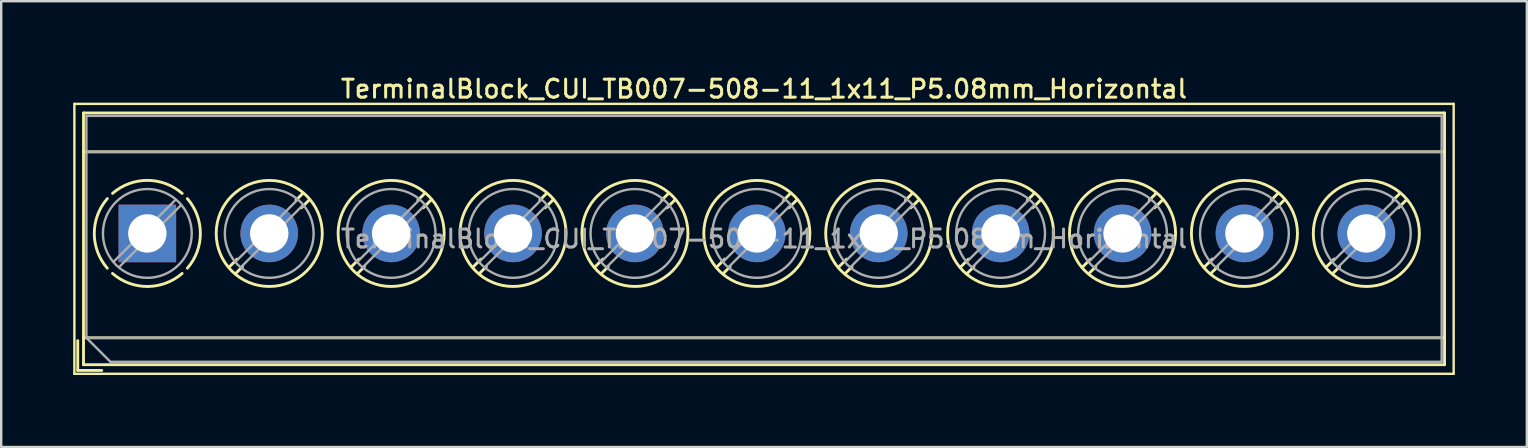
<source format=kicad_pcb>
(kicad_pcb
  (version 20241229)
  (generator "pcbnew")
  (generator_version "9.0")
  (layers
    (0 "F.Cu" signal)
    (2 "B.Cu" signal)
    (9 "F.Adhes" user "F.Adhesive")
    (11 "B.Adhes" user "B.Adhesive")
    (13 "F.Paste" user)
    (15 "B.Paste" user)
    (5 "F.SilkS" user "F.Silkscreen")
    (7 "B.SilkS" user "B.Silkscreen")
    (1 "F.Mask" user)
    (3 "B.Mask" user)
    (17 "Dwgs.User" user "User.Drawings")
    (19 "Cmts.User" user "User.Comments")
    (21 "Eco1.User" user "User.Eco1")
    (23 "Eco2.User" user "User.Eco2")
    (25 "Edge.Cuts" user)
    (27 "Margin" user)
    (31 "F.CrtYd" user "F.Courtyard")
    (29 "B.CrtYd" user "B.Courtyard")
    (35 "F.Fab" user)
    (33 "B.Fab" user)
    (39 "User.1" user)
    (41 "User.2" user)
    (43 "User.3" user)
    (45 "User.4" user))
  (footprint "TerminalBlock_CUI_TB007-508-11_1x11_P5.08mm_Horizontal"
    (layer "F.Cu")
    (at 3.09 6.678)
    (property "Reference" "TerminalBlock_CUI_TB007-508-11_1x11_P5.08mm_Horizontal" (at 25.7 -6.02 0) (layer "F.SilkS") (effects (font (size 0.75 0.75) (thickness 0.125))))
    (attr through_hole)
    (fp_line (start -3.04 -5.4) (end -3.04 5.85) (stroke (width 0.1) (type solid)) (layer "F.SilkS"))
    (fp_line (start -3.04 5.85) (end 54.44 5.85) (stroke (width 0.1) (type solid)) (layer "F.SilkS"))
    (fp_line (start -2.9 4.47) (end -2.9 5.71) (stroke (width 0.12) (type solid)) (layer "F.SilkS"))
    (fp_line (start -2.9 5.71) (end -1.9 5.71) (stroke (width 0.12) (type solid)) (layer "F.SilkS"))
    (fp_line (start -2.66 -5.02) (end -2.66 5.47) (stroke (width 0.12) (type solid)) (layer "F.SilkS"))
    (fp_line (start -2.66 -5.02) (end 54.06 -5.02) (stroke (width 0.12) (type solid)) (layer "F.SilkS"))
    (fp_line (start -2.66 -3.401) (end 54.06 -3.401) (stroke (width 0.12) (type solid)) (layer "F.SilkS"))
    (fp_line (start -2.66 4.35) (end 54.06 4.35) (stroke (width 0.12) (type solid)) (layer "F.SilkS"))
    (fp_line (start -2.66 5.47) (end 54.06 5.47) (stroke (width 0.12) (type solid)) (layer "F.SilkS"))
    (fp_line (start 3.743 1.068) (end 3.404 1.407) (stroke (width 0.12) (type solid)) (layer "F.SilkS"))
    (fp_line (start 3.967 1.384) (end 3.674 1.676) (stroke (width 0.12) (type solid)) (layer "F.SilkS"))
    (fp_line (start 6.487 -1.676) (end 6.194 -1.384) (stroke (width 0.12) (type solid)) (layer "F.SilkS"))
    (fp_line (start 6.757 -1.407) (end 6.418 -1.068) (stroke (width 0.12) (type solid)) (layer "F.SilkS"))
    (fp_line (start 8.823 1.068) (end 8.484 1.407) (stroke (width 0.12) (type solid)) (layer "F.SilkS"))
    (fp_line (start 9.047 1.384) (end 8.754 1.676) (stroke (width 0.12) (type solid)) (layer "F.SilkS"))
    (fp_line (start 11.567 -1.676) (end 11.274 -1.384) (stroke (width 0.12) (type solid)) (layer "F.SilkS"))
    (fp_line (start 11.837 -1.407) (end 11.498 -1.068) (stroke (width 0.12) (type solid)) (layer "F.SilkS"))
    (fp_line (start 13.903 1.068) (end 13.564 1.407) (stroke (width 0.12) (type solid)) (layer "F.SilkS"))
    (fp_line (start 14.127 1.384) (end 13.834 1.676) (stroke (width 0.12) (type solid)) (layer "F.SilkS"))
    (fp_line (start 16.647 -1.676) (end 16.354 -1.384) (stroke (width 0.12) (type solid)) (layer "F.SilkS"))
    (fp_line (start 16.917 -1.407) (end 16.578 -1.068) (stroke (width 0.12) (type solid)) (layer "F.SilkS"))
    (fp_line (start 18.983 1.068) (end 18.644 1.407) (stroke (width 0.12) (type solid)) (layer "F.SilkS"))
    (fp_line (start 19.207 1.384) (end 18.914 1.676) (stroke (width 0.12) (type solid)) (layer "F.SilkS"))
    (fp_line (start 21.727 -1.676) (end 21.434 -1.384) (stroke (width 0.12) (type solid)) (layer "F.SilkS"))
    (fp_line (start 21.997 -1.407) (end 21.658 -1.068) (stroke (width 0.12) (type solid)) (layer "F.SilkS"))
    (fp_line (start 24.063 1.068) (end 23.724 1.407) (stroke (width 0.12) (type solid)) (layer "F.SilkS"))
    (fp_line (start 24.287 1.384) (end 23.994 1.676) (stroke (width 0.12) (type solid)) (layer "F.SilkS"))
    (fp_line (start 26.807 -1.676) (end 26.514 -1.384) (stroke (width 0.12) (type solid)) (layer "F.SilkS"))
    (fp_line (start 27.077 -1.407) (end 26.738 -1.068) (stroke (width 0.12) (type solid)) (layer "F.SilkS"))
    (fp_line (start 29.143 1.068) (end 28.804 1.407) (stroke (width 0.12) (type solid)) (layer "F.SilkS"))
    (fp_line (start 29.367 1.384) (end 29.074 1.676) (stroke (width 0.12) (type solid)) (layer "F.SilkS"))
    (fp_line (start 31.887 -1.676) (end 31.594 -1.384) (stroke (width 0.12) (type solid)) (layer "F.SilkS"))
    (fp_line (start 32.157 -1.407) (end 31.818 -1.068) (stroke (width 0.12) (type solid)) (layer "F.SilkS"))
    (fp_line (start 34.223 1.068) (end 33.884 1.407) (stroke (width 0.12) (type solid)) (layer "F.SilkS"))
    (fp_line (start 34.447 1.384) (end 34.154 1.676) (stroke (width 0.12) (type solid)) (layer "F.SilkS"))
    (fp_line (start 36.967 -1.676) (end 36.674 -1.384) (stroke (width 0.12) (type solid)) (layer "F.SilkS"))
    (fp_line (start 37.237 -1.407) (end 36.898 -1.068) (stroke (width 0.12) (type solid)) (layer "F.SilkS"))
    (fp_line (start 39.303 1.068) (end 38.964 1.407) (stroke (width 0.12) (type solid)) (layer "F.SilkS"))
    (fp_line (start 39.527 1.384) (end 39.234 1.676) (stroke (width 0.12) (type solid)) (layer "F.SilkS"))
    (fp_line (start 42.047 -1.676) (end 41.754 -1.384) (stroke (width 0.12) (type solid)) (layer "F.SilkS"))
    (fp_line (start 42.317 -1.407) (end 41.978 -1.068) (stroke (width 0.12) (type solid)) (layer "F.SilkS"))
    (fp_line (start 44.383 1.068) (end 44.044 1.407) (stroke (width 0.12) (type solid)) (layer "F.SilkS"))
    (fp_line (start 44.607 1.384) (end 44.314 1.676) (stroke (width 0.12) (type solid)) (layer "F.SilkS"))
    (fp_line (start 47.127 -1.676) (end 46.834 -1.384) (stroke (width 0.12) (type solid)) (layer "F.SilkS"))
    (fp_line (start 47.397 -1.407) (end 47.058 -1.068) (stroke (width 0.12) (type solid)) (layer "F.SilkS"))
    (fp_line (start 49.463 1.068) (end 49.124 1.407) (stroke (width 0.12) (type solid)) (layer "F.SilkS"))
    (fp_line (start 49.687 1.384) (end 49.394 1.676) (stroke (width 0.12) (type solid)) (layer "F.SilkS"))
    (fp_line (start 52.207 -1.676) (end 51.914 -1.384) (stroke (width 0.12) (type solid)) (layer "F.SilkS"))
    (fp_line (start 52.477 -1.407) (end 52.138 -1.068) (stroke (width 0.12) (type solid)) (layer "F.SilkS"))
    (fp_line (start 54.06 -5.02) (end 54.06 5.47) (stroke (width 0.12) (type solid)) (layer "F.SilkS"))
    (fp_line (start 54.44 -5.4) (end -3.04 -5.4) (stroke (width 0.1) (type solid)) (layer "F.SilkS"))
    (fp_line (start 54.44 5.85) (end 54.44 -5.4) (stroke (width 0.1) (type solid)) (layer "F.SilkS"))
    (fp_arc (start -1.66902 1.449827) (mid -2.210797 -0.000777) (end -1.668 -1.451) (stroke (width 0.12) (type solid)) (layer "F.SilkS"))
    (fp_arc (start -1.449827 -1.66902) (mid 0.000777 -2.210797) (end 1.451 -1.668) (stroke (width 0.12) (type solid)) (layer "F.SilkS"))
    (fp_arc (start 0.037807 2.210474) (mid -0.756867 2.077204) (end -1.451 1.668) (stroke (width 0.12) (type solid)) (layer "F.SilkS"))
    (fp_arc (start 1.44989 1.667908) (mid 0.773958 2.070046) (end 0 2.21) (stroke (width 0.12) (type solid)) (layer "F.SilkS"))
    (fp_arc (start 1.668029 -1.449966) (mid 2.210141 0.000022) (end 1.668 1.45) (stroke (width 0.12) (type solid)) (layer "F.SilkS"))
    (fp_circle (center 5.08 0) (end 7.29 0) (stroke (width 0.12) (type solid)) (fill no) (layer "F.SilkS"))
    (fp_circle (center 10.16 0) (end 12.37 0) (stroke (width 0.12) (type solid)) (fill no) (layer "F.SilkS"))
    (fp_circle (center 15.24 0) (end 17.45 0) (stroke (width 0.12) (type solid)) (fill no) (layer "F.SilkS"))
    (fp_circle (center 20.32 0) (end 22.53 0) (stroke (width 0.12) (type solid)) (fill no) (layer "F.SilkS"))
    (fp_circle (center 25.4 0) (end 27.61 0) (stroke (width 0.12) (type solid)) (fill no) (layer "F.SilkS"))
    (fp_circle (center 30.48 0) (end 32.69 0) (stroke (width 0.12) (type solid)) (fill no) (layer "F.SilkS"))
    (fp_circle (center 35.56 0) (end 37.77 0) (stroke (width 0.12) (type solid)) (fill no) (layer "F.SilkS"))
    (fp_circle (center 40.64 0) (end 42.85 0) (stroke (width 0.12) (type solid)) (fill no) (layer "F.SilkS"))
    (fp_circle (center 45.72 0) (end 47.93 0) (stroke (width 0.12) (type solid)) (fill no) (layer "F.SilkS"))
    (fp_circle (center 50.8 0) (end 53.01 0) (stroke (width 0.12) (type solid)) (fill no) (layer "F.SilkS"))
    (fp_line (start -2.54 -4.9) (end 53.94 -4.9) (stroke (width 0.1) (type solid)) (layer "F.Fab"))
    (fp_line (start -2.54 -3.4) (end 53.94 -3.4) (stroke (width 0.1) (type solid)) (layer "F.Fab"))
    (fp_line (start -2.54 4.35) (end -2.54 -4.9) (stroke (width 0.1) (type solid)) (layer "F.Fab"))
    (fp_line (start -2.54 4.35) (end 53.94 4.35) (stroke (width 0.1) (type solid)) (layer "F.Fab"))
    (fp_line (start -1.54 5.35) (end -2.54 4.35) (stroke (width 0.1) (type solid)) (layer "F.Fab"))
    (fp_line (start 1.178 -1.403) (end -1.404 1.178) (stroke (width 0.1) (type solid)) (layer "F.Fab"))
    (fp_line (start 1.404 -1.178) (end -1.178 1.403) (stroke (width 0.1) (type solid)) (layer "F.Fab"))
    (fp_line (start 6.258 -1.403) (end 3.677 1.178) (stroke (width 0.1) (type solid)) (layer "F.Fab"))
    (fp_line (start 6.484 -1.178) (end 3.903 1.403) (stroke (width 0.1) (type solid)) (layer "F.Fab"))
    (fp_line (start 11.338 -1.403) (end 8.757 1.178) (stroke (width 0.1) (type solid)) (layer "F.Fab"))
    (fp_line (start 11.564 -1.178) (end 8.983 1.403) (stroke (width 0.1) (type solid)) (layer "F.Fab"))
    (fp_line (start 16.418 -1.403) (end 13.837 1.178) (stroke (width 0.1) (type solid)) (layer "F.Fab"))
    (fp_line (start 16.644 -1.178) (end 14.063 1.403) (stroke (width 0.1) (type solid)) (layer "F.Fab"))
    (fp_line (start 21.498 -1.403) (end 18.917 1.178) (stroke (width 0.1) (type solid)) (layer "F.Fab"))
    (fp_line (start 21.724 -1.178) (end 19.143 1.403) (stroke (width 0.1) (type solid)) (layer "F.Fab"))
    (fp_line (start 26.578 -1.403) (end 23.997 1.178) (stroke (width 0.1) (type solid)) (layer "F.Fab"))
    (fp_line (start 26.804 -1.178) (end 24.223 1.403) (stroke (width 0.1) (type solid)) (layer "F.Fab"))
    (fp_line (start 31.658 -1.403) (end 29.077 1.178) (stroke (width 0.1) (type solid)) (layer "F.Fab"))
    (fp_line (start 31.884 -1.178) (end 29.303 1.403) (stroke (width 0.1) (type solid)) (layer "F.Fab"))
    (fp_line (start 36.738 -1.403) (end 34.157 1.178) (stroke (width 0.1) (type solid)) (layer "F.Fab"))
    (fp_line (start 36.964 -1.178) (end 34.383 1.403) (stroke (width 0.1) (type solid)) (layer "F.Fab"))
    (fp_line (start 41.818 -1.403) (end 39.237 1.178) (stroke (width 0.1) (type solid)) (layer "F.Fab"))
    (fp_line (start 42.044 -1.178) (end 39.463 1.403) (stroke (width 0.1) (type solid)) (layer "F.Fab"))
    (fp_line (start 46.898 -1.403) (end 44.317 1.178) (stroke (width 0.1) (type solid)) (layer "F.Fab"))
    (fp_line (start 47.124 -1.178) (end 44.543 1.403) (stroke (width 0.1) (type solid)) (layer "F.Fab"))
    (fp_line (start 51.978 -1.403) (end 49.397 1.178) (stroke (width 0.1) (type solid)) (layer "F.Fab"))
    (fp_line (start 52.204 -1.178) (end 49.623 1.403) (stroke (width 0.1) (type solid)) (layer "F.Fab"))
    (fp_line (start 53.94 -4.9) (end 53.94 5.35) (stroke (width 0.1) (type solid)) (layer "F.Fab"))
    (fp_line (start 53.94 5.35) (end -1.54 5.35) (stroke (width 0.1) (type solid)) (layer "F.Fab"))
    (fp_circle (center 0 0) (end 1.85 0) (stroke (width 0.1) (type solid)) (fill no) (layer "F.Fab"))
    (fp_circle (center 5.08 0) (end 6.93 0) (stroke (width 0.1) (type solid)) (fill no) (layer "F.Fab"))
    (fp_circle (center 10.16 0) (end 12.01 0) (stroke (width 0.1) (type solid)) (fill no) (layer "F.Fab"))
    (fp_circle (center 15.24 0) (end 17.09 0) (stroke (width 0.1) (type solid)) (fill no) (layer "F.Fab"))
    (fp_circle (center 20.32 0) (end 22.17 0) (stroke (width 0.1) (type solid)) (fill no) (layer "F.Fab"))
    (fp_circle (center 25.4 0) (end 27.25 0) (stroke (width 0.1) (type solid)) (fill no) (layer "F.Fab"))
    (fp_circle (center 30.48 0) (end 32.33 0) (stroke (width 0.1) (type solid)) (fill no) (layer "F.Fab"))
    (fp_circle (center 35.56 0) (end 37.41 0) (stroke (width 0.1) (type solid)) (fill no) (layer "F.Fab"))
    (fp_circle (center 40.64 0) (end 42.49 0) (stroke (width 0.1) (type solid)) (fill no) (layer "F.Fab"))
    (fp_circle (center 45.72 0) (end 47.57 0) (stroke (width 0.1) (type solid)) (fill no) (layer "F.Fab"))
    (fp_circle (center 50.8 0) (end 52.65 0) (stroke (width 0.1) (type solid)) (fill no) (layer "F.Fab"))
    (fp_text user "${REFERENCE}" (at 25.7 0.225 0) (layer "F.Fab") (effects (font (size 0.75 0.75) (thickness 0.125))))
    (pad "1" thru_hole rect (at 0 0) (size 2.4 2.4) (drill 1.6) (layers "*.Cu" "*.Mask"))
    (pad "2" thru_hole circle (at 5.08 0) (size 2.4 2.4) (drill 1.6) (layers "*.Cu" "*.Mask"))
    (pad "3" thru_hole circle (at 10.16 0) (size 2.4 2.4) (drill 1.6) (layers "*.Cu" "*.Mask"))
    (pad "4" thru_hole circle (at 15.24 0) (size 2.4 2.4) (drill 1.6) (layers "*.Cu" "*.Mask"))
    (pad "5" thru_hole circle (at 20.32 0) (size 2.4 2.4) (drill 1.6) (layers "*.Cu" "*.Mask"))
    (pad "6" thru_hole circle (at 25.4 0) (size 2.4 2.4) (drill 1.6) (layers "*.Cu" "*.Mask"))
    (pad "7" thru_hole circle (at 30.48 0) (size 2.4 2.4) (drill 1.6) (layers "*.Cu" "*.Mask"))
    (pad "8" thru_hole circle (at 35.56 0) (size 2.4 2.4) (drill 1.6) (layers "*.Cu" "*.Mask"))
    (pad "9" thru_hole circle (at 40.64 0) (size 2.4 2.4) (drill 1.6) (layers "*.Cu" "*.Mask"))
    (pad "10" thru_hole circle (at 45.72 0) (size 2.4 2.4) (drill 1.6) (layers "*.Cu" "*.Mask"))
    (pad "11" thru_hole circle (at 50.8 0) (size 2.4 2.4) (drill 1.6) (layers "*.Cu" "*.Mask")))
  (gr_rect
    (start -3 -3)
    (end 60.58 15.578)
    (stroke (width 0.1) (type default))
    (fill no)
    (layer "Edge.Cuts")))
</source>
